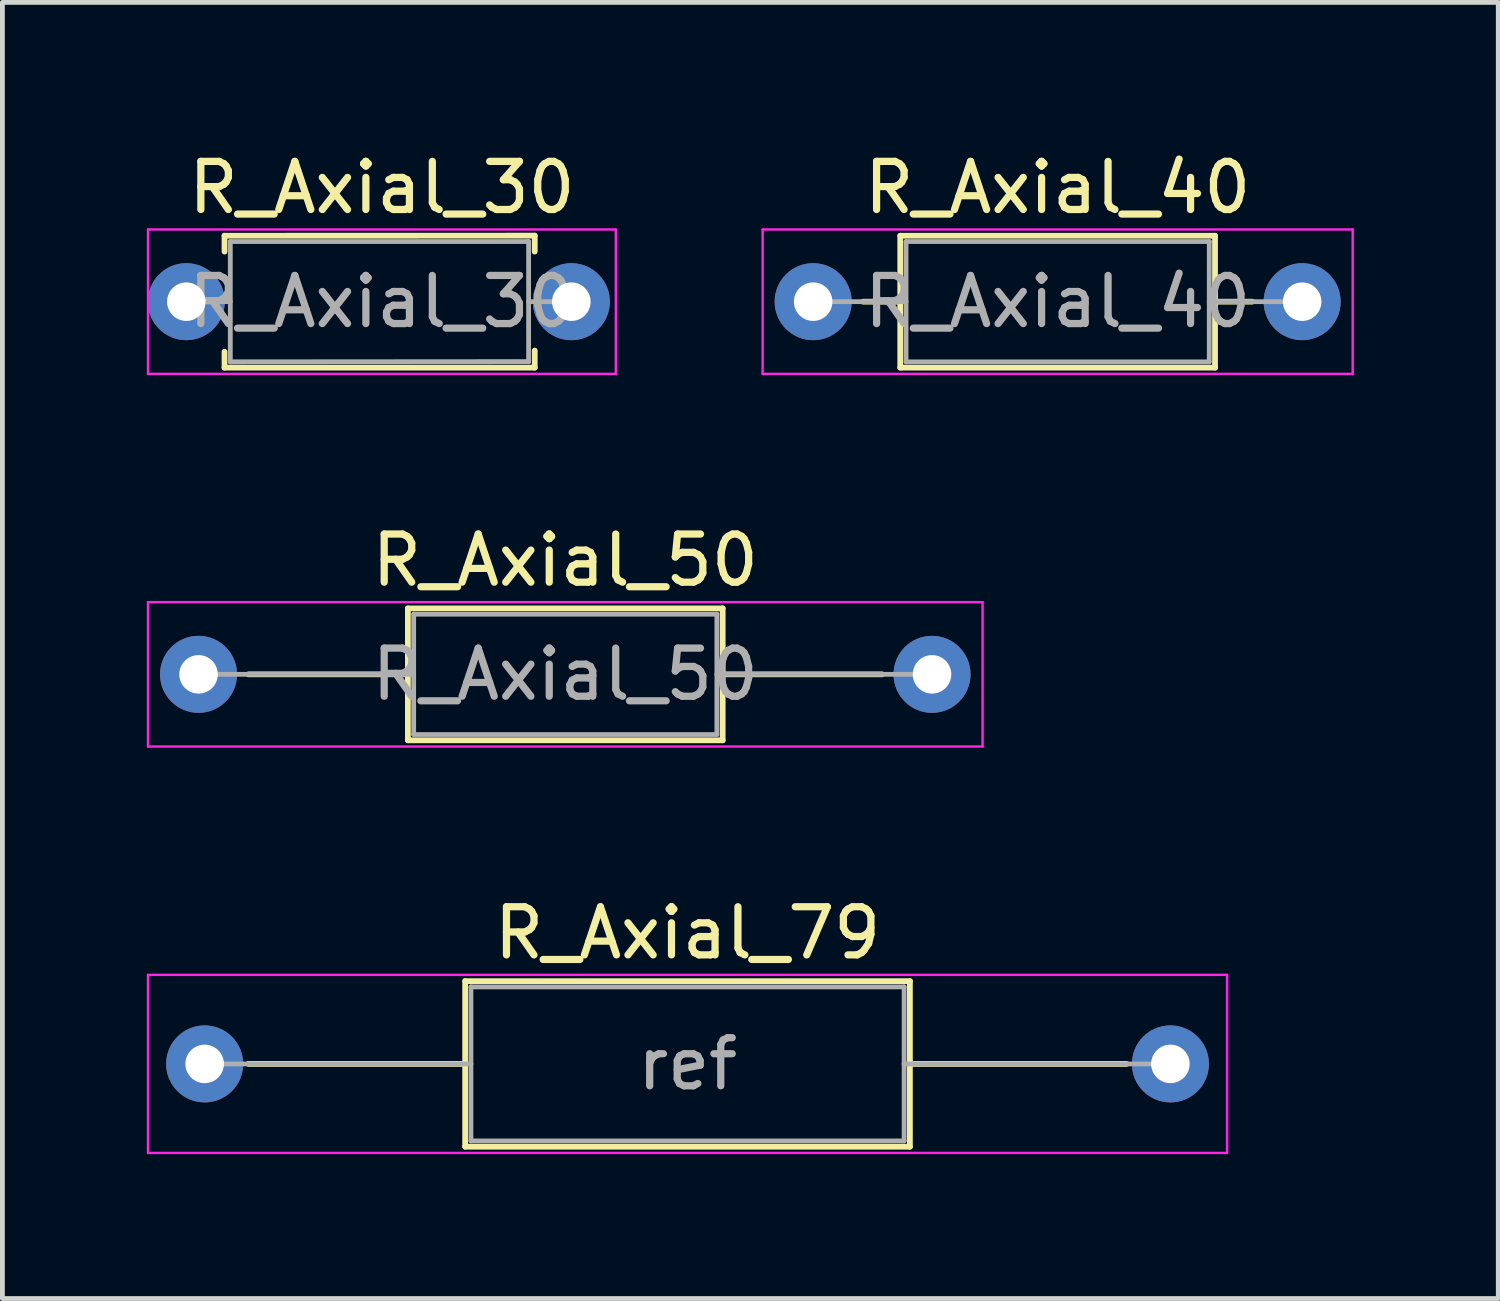
<source format=kicad_pcb>
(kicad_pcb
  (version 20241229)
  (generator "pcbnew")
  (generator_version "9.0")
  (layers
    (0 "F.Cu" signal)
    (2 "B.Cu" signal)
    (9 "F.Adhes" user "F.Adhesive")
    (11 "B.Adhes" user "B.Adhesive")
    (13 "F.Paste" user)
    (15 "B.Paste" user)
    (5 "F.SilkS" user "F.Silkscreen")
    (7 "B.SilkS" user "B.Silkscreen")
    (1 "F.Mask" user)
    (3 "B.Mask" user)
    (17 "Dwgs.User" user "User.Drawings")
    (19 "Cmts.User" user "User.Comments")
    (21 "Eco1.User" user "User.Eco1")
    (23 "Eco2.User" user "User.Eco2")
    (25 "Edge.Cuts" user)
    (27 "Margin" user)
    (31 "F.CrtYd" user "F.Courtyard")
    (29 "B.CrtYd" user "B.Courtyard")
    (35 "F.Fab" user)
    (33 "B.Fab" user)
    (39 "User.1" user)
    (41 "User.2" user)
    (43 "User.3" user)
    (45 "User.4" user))
  (footprint "R_Axial_40"
    (layer "F.Cu")
    (at 13.845 3.218)
    (property "Reference" "R_Axial_40" (at 5.08 -2.37 0) (layer "F.SilkS") (effects (font (size 1 1) (thickness 0.15))))
    (attr through_hole)
    (fp_line (start 1.04 0) (end 1.81 0) (stroke (width 0.12) (type solid)) (layer "F.SilkS"))
    (fp_line (start 1.81 -1.37) (end 1.81 1.37) (stroke (width 0.12) (type solid)) (layer "F.SilkS"))
    (fp_line (start 1.81 1.37) (end 8.35 1.37) (stroke (width 0.12) (type solid)) (layer "F.SilkS"))
    (fp_line (start 8.35 -1.37) (end 1.81 -1.37) (stroke (width 0.12) (type solid)) (layer "F.SilkS"))
    (fp_line (start 8.35 1.37) (end 8.35 -1.37) (stroke (width 0.12) (type solid)) (layer "F.SilkS"))
    (fp_line (start 9.12 0) (end 8.35 0) (stroke (width 0.12) (type solid)) (layer "F.SilkS"))
    (fp_line (start -1.05 -1.5) (end -1.05 1.5) (stroke (width 0.05) (type solid)) (layer "F.CrtYd"))
    (fp_line (start -1.05 1.5) (end 11.21 1.5) (stroke (width 0.05) (type solid)) (layer "F.CrtYd"))
    (fp_line (start 11.21 -1.5) (end -1.05 -1.5) (stroke (width 0.05) (type solid)) (layer "F.CrtYd"))
    (fp_line (start 11.21 1.5) (end 11.21 -1.5) (stroke (width 0.05) (type solid)) (layer "F.CrtYd"))
    (fp_line (start 0 0) (end 1.93 0) (stroke (width 0.1) (type solid)) (layer "F.Fab"))
    (fp_line (start 1.93 -1.25) (end 1.93 1.25) (stroke (width 0.1) (type solid)) (layer "F.Fab"))
    (fp_line (start 1.93 1.25) (end 8.23 1.25) (stroke (width 0.1) (type solid)) (layer "F.Fab"))
    (fp_line (start 8.23 -1.25) (end 1.93 -1.25) (stroke (width 0.1) (type solid)) (layer "F.Fab"))
    (fp_line (start 8.23 1.25) (end 8.23 -1.25) (stroke (width 0.1) (type solid)) (layer "F.Fab"))
    (fp_line (start 10.16 0) (end 8.23 0) (stroke (width 0.1) (type solid)) (layer "F.Fab"))
    (fp_text user "${REFERENCE}" (at 5.08 0 0) (layer "F.Fab") (effects (font (size 1 1) (thickness 0.15))))
    (pad "1" thru_hole circle (at 0 0) (size 1.6 1.6) (drill 0.8) (layers "*.Cu" "*.Mask"))
    (pad "2" thru_hole oval (at 10.16 0) (size 1.6 1.6) (drill 0.8) (layers "*.Cu" "*.Mask")))
  (footprint "R_Axial_50"
    (layer "F.Cu")
    (at 1.075 10.961)
    (property "Reference" "R_Axial_50" (at 7.62 -2.37 0) (layer "F.SilkS") (effects (font (size 1 1) (thickness 0.15))))
    (attr through_hole)
    (fp_line (start 1.04 0) (end 4.35 0) (stroke (width 0.12) (type solid)) (layer "F.SilkS"))
    (fp_line (start 4.35 -1.37) (end 4.35 1.37) (stroke (width 0.12) (type solid)) (layer "F.SilkS"))
    (fp_line (start 4.35 1.37) (end 10.89 1.37) (stroke (width 0.12) (type solid)) (layer "F.SilkS"))
    (fp_line (start 10.89 -1.37) (end 4.35 -1.37) (stroke (width 0.12) (type solid)) (layer "F.SilkS"))
    (fp_line (start 10.89 1.37) (end 10.89 -1.37) (stroke (width 0.12) (type solid)) (layer "F.SilkS"))
    (fp_line (start 14.2 0) (end 10.89 0) (stroke (width 0.12) (type solid)) (layer "F.SilkS"))
    (fp_line (start -1.05 -1.5) (end -1.05 1.5) (stroke (width 0.05) (type solid)) (layer "F.CrtYd"))
    (fp_line (start -1.05 1.5) (end 16.29 1.5) (stroke (width 0.05) (type solid)) (layer "F.CrtYd"))
    (fp_line (start 16.29 -1.5) (end -1.05 -1.5) (stroke (width 0.05) (type solid)) (layer "F.CrtYd"))
    (fp_line (start 16.29 1.5) (end 16.29 -1.5) (stroke (width 0.05) (type solid)) (layer "F.CrtYd"))
    (fp_line (start 0 0) (end 4.47 0) (stroke (width 0.1) (type solid)) (layer "F.Fab"))
    (fp_line (start 4.47 -1.25) (end 4.47 1.25) (stroke (width 0.1) (type solid)) (layer "F.Fab"))
    (fp_line (start 4.47 1.25) (end 10.77 1.25) (stroke (width 0.1) (type solid)) (layer "F.Fab"))
    (fp_line (start 10.77 -1.25) (end 4.47 -1.25) (stroke (width 0.1) (type solid)) (layer "F.Fab"))
    (fp_line (start 10.77 1.25) (end 10.77 -1.25) (stroke (width 0.1) (type solid)) (layer "F.Fab"))
    (fp_line (start 15.24 0) (end 10.77 0) (stroke (width 0.1) (type solid)) (layer "F.Fab"))
    (fp_text user "${REFERENCE}" (at 7.62 0 0) (layer "F.Fab") (effects (font (size 1 1) (thickness 0.15))))
    (pad "1" thru_hole circle (at 0 0) (size 1.6 1.6) (drill 0.8) (layers "*.Cu" "*.Mask"))
    (pad "2" thru_hole oval (at 15.24 0) (size 1.6 1.6) (drill 0.8) (layers "*.Cu" "*.Mask")))
  (footprint "R_Axial_79"
    (layer "F.Cu")
    (at 1.075 19.055)
    (property "Reference" "R_Axial_79" (at 10.16 -2.72 0) (layer "F.SilkS") (effects (font (size 1 1) (thickness 0.15))))
    (attr through_hole)
    (fp_line (start 1.04 0) (end 5.54 0) (stroke (width 0.12) (type solid)) (layer "F.SilkS"))
    (fp_line (start 5.54 -1.72) (end 5.54 1.72) (stroke (width 0.12) (type solid)) (layer "F.SilkS"))
    (fp_line (start 5.54 1.72) (end 14.78 1.72) (stroke (width 0.12) (type solid)) (layer "F.SilkS"))
    (fp_line (start 14.78 -1.72) (end 5.54 -1.72) (stroke (width 0.12) (type solid)) (layer "F.SilkS"))
    (fp_line (start 14.78 1.72) (end 14.78 -1.72) (stroke (width 0.12) (type solid)) (layer "F.SilkS"))
    (fp_line (start 19.28 0) (end 14.78 0) (stroke (width 0.12) (type solid)) (layer "F.SilkS"))
    (fp_line (start -1.05 -1.85) (end -1.05 1.85) (stroke (width 0.05) (type solid)) (layer "F.CrtYd"))
    (fp_line (start -1.05 1.85) (end 21.37 1.85) (stroke (width 0.05) (type solid)) (layer "F.CrtYd"))
    (fp_line (start 21.37 -1.85) (end -1.05 -1.85) (stroke (width 0.05) (type solid)) (layer "F.CrtYd"))
    (fp_line (start 21.37 1.85) (end 21.37 -1.85) (stroke (width 0.05) (type solid)) (layer "F.CrtYd"))
    (fp_line (start 0 0) (end 5.66 0) (stroke (width 0.1) (type solid)) (layer "F.Fab"))
    (fp_line (start 5.66 -1.6) (end 5.66 1.6) (stroke (width 0.1) (type solid)) (layer "F.Fab"))
    (fp_line (start 5.66 1.6) (end 14.66 1.6) (stroke (width 0.1) (type solid)) (layer "F.Fab"))
    (fp_line (start 14.66 -1.6) (end 5.66 -1.6) (stroke (width 0.1) (type solid)) (layer "F.Fab"))
    (fp_line (start 14.66 1.6) (end 14.66 -1.6) (stroke (width 0.1) (type solid)) (layer "F.Fab"))
    (fp_line (start 20.32 0) (end 14.66 0) (stroke (width 0.1) (type solid)) (layer "F.Fab"))
    (fp_text user "ref" (at 10.16 0 0) (layer "F.Fab") (effects (font (size 1 1) (thickness 0.15))))
    (pad "1" thru_hole circle (at 0.127 0) (size 1.6 1.6) (drill 0.8) (layers "*.Cu" "*.Mask"))
    (pad "2" thru_hole oval (at 20.193 0) (size 1.6 1.6) (drill 0.8) (layers "*.Cu" "*.Mask")))
  (footprint "R_Axial_30"
    (layer "F.Cu")
    (at 1.075 3.218)
    (property "Reference" "R_Axial_30" (at 3.81 -2.37 0) (layer "F.SilkS") (effects (font (size 1 1) (thickness 0.15))))
    (attr through_hole)
    (fp_line (start 0.54 -1.37) (end 6.985 -1.372) (stroke (width 0.12) (type solid)) (layer "F.SilkS"))
    (fp_line (start 0.54 -1.04) (end 0.54 -1.37) (stroke (width 0.12) (type solid)) (layer "F.SilkS"))
    (fp_line (start 0.54 1.04) (end 0.54 1.37) (stroke (width 0.12) (type solid)) (layer "F.SilkS"))
    (fp_line (start 0.54 1.37) (end 6.985 1.37) (stroke (width 0.12) (type solid)) (layer "F.SilkS"))
    (fp_line (start 6.985 -1.372) (end 6.985 -1.041) (stroke (width 0.12) (type solid)) (layer "F.SilkS"))
    (fp_line (start 6.985 1.37) (end 6.985 1.016) (stroke (width 0.12) (type solid)) (layer "F.SilkS"))
    (fp_line (start -1.05 -1.5) (end -1.05 1.5) (stroke (width 0.05) (type solid)) (layer "F.CrtYd"))
    (fp_line (start -1.05 1.5) (end 8.67 1.5) (stroke (width 0.05) (type solid)) (layer "F.CrtYd"))
    (fp_line (start 8.67 -1.5) (end -1.05 -1.5) (stroke (width 0.05) (type solid)) (layer "F.CrtYd"))
    (fp_line (start 8.67 1.5) (end 8.67 -1.5) (stroke (width 0.05) (type solid)) (layer "F.CrtYd"))
    (fp_line (start 0 0) (end 0.66 0) (stroke (width 0.1) (type solid)) (layer "F.Fab"))
    (fp_line (start 0.66 -1.25) (end 0.66 1.25) (stroke (width 0.1) (type solid)) (layer "F.Fab"))
    (fp_line (start 0.66 1.25) (end 6.858 1.245) (stroke (width 0.1) (type solid)) (layer "F.Fab"))
    (fp_line (start 6.858 -1.25) (end 0.66 -1.25) (stroke (width 0.1) (type solid)) (layer "F.Fab"))
    (fp_line (start 6.858 1.25) (end 6.858 -1.25) (stroke (width 0.1) (type solid)) (layer "F.Fab"))
    (fp_line (start 7.62 0) (end 6.858 0) (stroke (width 0.1) (type solid)) (layer "F.Fab"))
    (fp_text user "${REFERENCE}" (at 3.81 0 0) (layer "F.Fab") (effects (font (size 1 1) (thickness 0.15))))
    (pad "1" thru_hole circle (at -0.254 0) (size 1.6 1.6) (drill 0.8) (layers "*.Cu" "*.Mask"))
    (pad "2" thru_hole circle (at 7.746 0) (size 1.6 1.6) (drill 0.8) (layers "*.Cu" "*.Mask")))
  (gr_rect
    (start -3 -3)
    (end 28.08 23.93)
    (stroke (width 0.1) (type default))
    (fill no)
    (layer "Edge.Cuts")))
</source>
